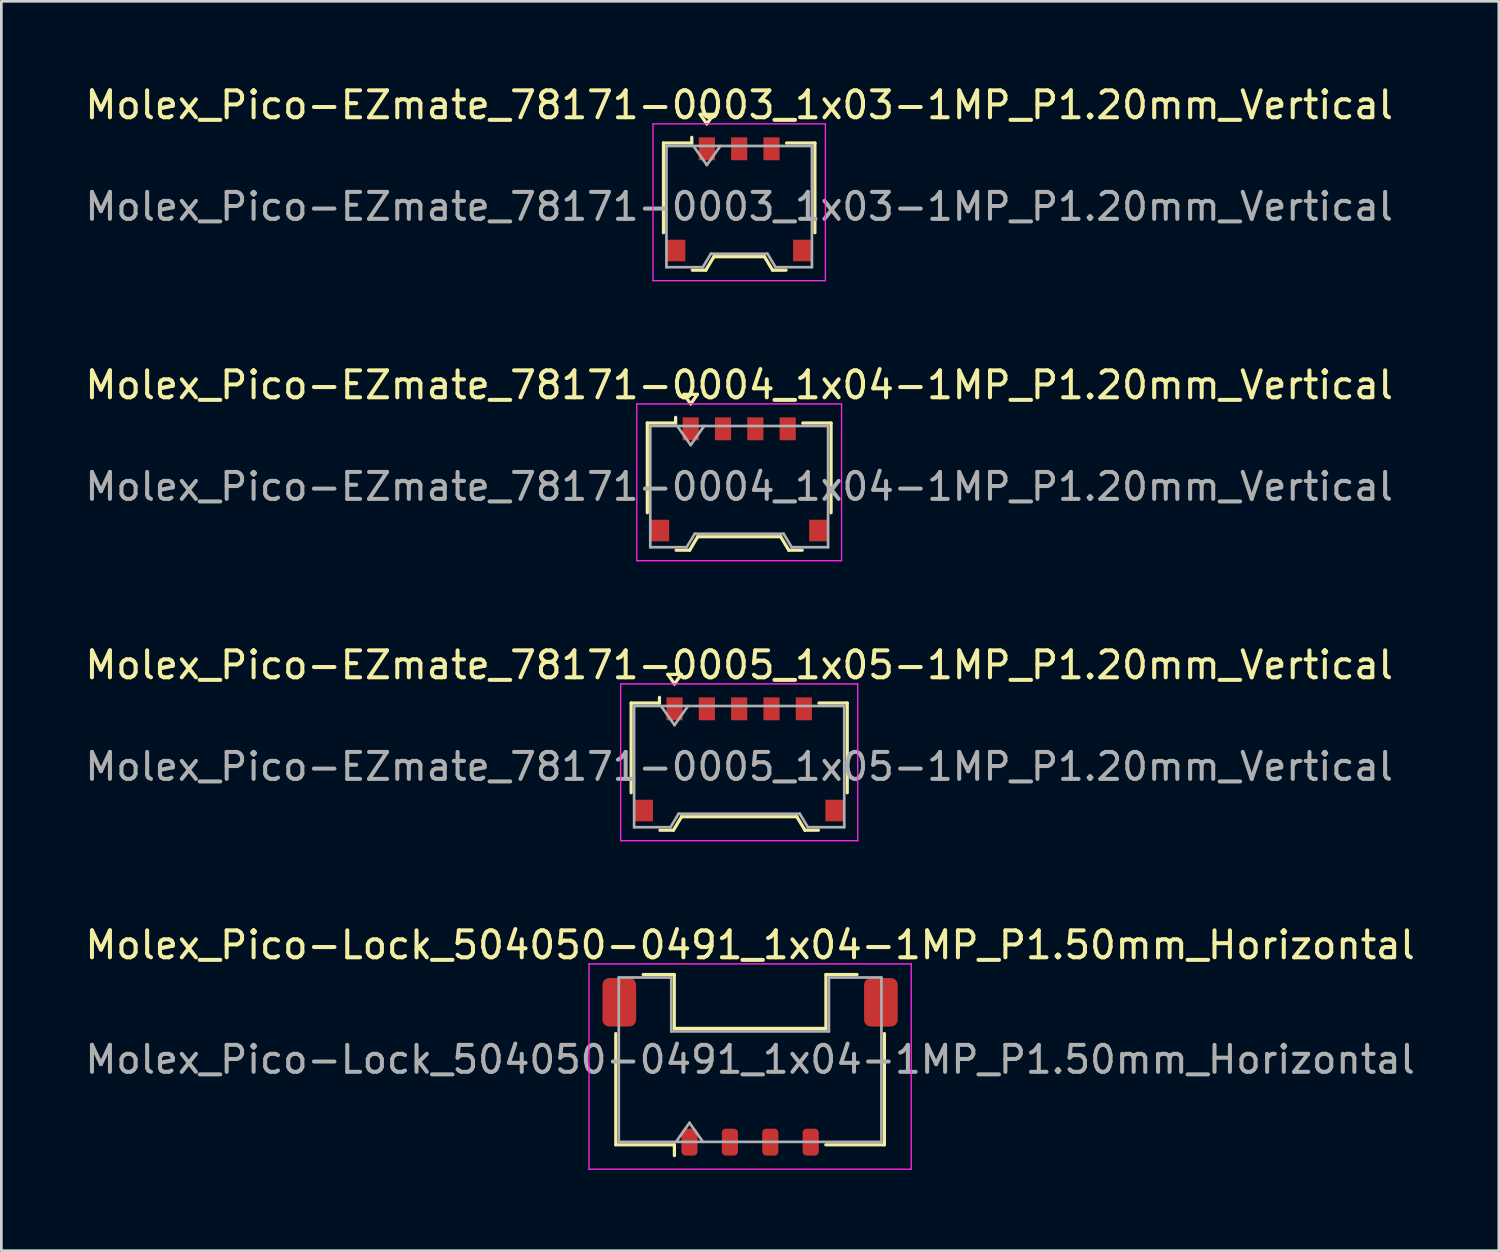
<source format=kicad_pcb>
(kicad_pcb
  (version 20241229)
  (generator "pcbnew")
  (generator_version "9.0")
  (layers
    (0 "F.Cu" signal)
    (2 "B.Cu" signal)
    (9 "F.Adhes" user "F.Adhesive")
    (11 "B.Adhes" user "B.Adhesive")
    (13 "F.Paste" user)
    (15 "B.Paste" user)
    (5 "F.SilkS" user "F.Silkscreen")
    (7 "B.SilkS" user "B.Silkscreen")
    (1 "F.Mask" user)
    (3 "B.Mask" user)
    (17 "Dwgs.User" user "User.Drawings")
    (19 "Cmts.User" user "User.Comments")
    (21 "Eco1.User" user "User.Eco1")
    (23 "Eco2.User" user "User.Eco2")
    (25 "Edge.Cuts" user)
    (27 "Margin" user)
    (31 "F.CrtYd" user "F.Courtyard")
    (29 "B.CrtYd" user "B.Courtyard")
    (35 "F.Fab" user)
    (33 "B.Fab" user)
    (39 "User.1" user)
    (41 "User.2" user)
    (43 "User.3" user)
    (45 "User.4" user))
  (footprint "Molex_Pico-Lock_504050-0491_1x04-1MP_P1.50mm_Horizontal"
    (layer "F.Cu")
    (at 24.792 36.548)
    (property "Reference" "Molex_Pico-Lock_504050-0491_1x04-1MP_P1.50mm_Horizontal" (at 0 -4.52 0) (layer "F.SilkS") (effects (font (size 1 1) (thickness 0.15))))
    (attr smd)
    (fp_line (start -4.985 -1.235) (end -4.985 2.895) (stroke (width 0.12) (type solid)) (layer "F.SilkS"))
    (fp_line (start -4.985 2.895) (end -2.81 2.895) (stroke (width 0.12) (type solid)) (layer "F.SilkS"))
    (fp_line (start -3.97 -3.425) (end -2.815 -3.425) (stroke (width 0.12) (type solid)) (layer "F.SilkS"))
    (fp_line (start -2.815 -3.425) (end -2.815 -1.425) (stroke (width 0.12) (type solid)) (layer "F.SilkS"))
    (fp_line (start -2.815 -1.425) (end 2.815 -1.425) (stroke (width 0.12) (type solid)) (layer "F.SilkS"))
    (fp_line (start -2.81 2.895) (end -2.81 3.295) (stroke (width 0.12) (type solid)) (layer "F.SilkS"))
    (fp_line (start 2.815 -3.425) (end 3.97 -3.425) (stroke (width 0.12) (type solid)) (layer "F.SilkS"))
    (fp_line (start 2.815 -1.425) (end 2.815 -3.425) (stroke (width 0.12) (type solid)) (layer "F.SilkS"))
    (fp_line (start 4.985 -1.235) (end 4.985 2.895) (stroke (width 0.12) (type solid)) (layer "F.SilkS"))
    (fp_line (start 4.985 2.895) (end 2.81 2.895) (stroke (width 0.12) (type solid)) (layer "F.SilkS"))
    (fp_line (start -5.98 -3.82) (end -5.98 3.8) (stroke (width 0.05) (type solid)) (layer "F.CrtYd"))
    (fp_line (start -5.98 3.8) (end 5.98 3.8) (stroke (width 0.05) (type solid)) (layer "F.CrtYd"))
    (fp_line (start 5.98 -3.82) (end -5.98 -3.82) (stroke (width 0.05) (type solid)) (layer "F.CrtYd"))
    (fp_line (start 5.98 3.8) (end 5.98 -3.82) (stroke (width 0.05) (type solid)) (layer "F.CrtYd"))
    (fp_line (start -4.875 -3.315) (end -2.925 -3.315) (stroke (width 0.1) (type solid)) (layer "F.Fab"))
    (fp_line (start -4.875 2.785) (end -4.875 -3.315) (stroke (width 0.1) (type solid)) (layer "F.Fab"))
    (fp_line (start -4.875 2.785) (end 4.875 2.785) (stroke (width 0.1) (type solid)) (layer "F.Fab"))
    (fp_line (start -2.925 -3.315) (end -2.925 -1.315) (stroke (width 0.1) (type solid)) (layer "F.Fab"))
    (fp_line (start -2.925 -1.315) (end 2.925 -1.315) (stroke (width 0.1) (type solid)) (layer "F.Fab"))
    (fp_line (start -2.75 2.785) (end -2.25 2.078) (stroke (width 0.1) (type solid)) (layer "F.Fab"))
    (fp_line (start -2.25 2.078) (end -1.75 2.785) (stroke (width 0.1) (type solid)) (layer "F.Fab"))
    (fp_line (start 2.925 -3.315) (end 4.875 -3.315) (stroke (width 0.1) (type solid)) (layer "F.Fab"))
    (fp_line (start 2.925 -1.315) (end 2.925 -3.315) (stroke (width 0.1) (type solid)) (layer "F.Fab"))
    (fp_line (start 4.875 2.785) (end 4.875 -3.315) (stroke (width 0.1) (type solid)) (layer "F.Fab"))
    (fp_text user "${REFERENCE}" (at 0 -0.27 0) (layer "F.Fab") (effects (font (size 1 1) (thickness 0.15))))
    (pad "1" smd roundrect (at -2.25 2.795) (size 0.6 1) (layers "F.Cu" "F.Mask" "F.Paste") (roundrect_rratio 0.25))
    (pad "2" smd roundrect (at -0.75 2.795) (size 0.6 1) (layers "F.Cu" "F.Mask" "F.Paste") (roundrect_rratio 0.25))
    (pad "3" smd roundrect (at 0.75 2.795) (size 0.6 1) (layers "F.Cu" "F.Mask" "F.Paste") (roundrect_rratio 0.25))
    (pad "4" smd roundrect (at 2.25 2.795) (size 0.6 1) (layers "F.Cu" "F.Mask" "F.Paste") (roundrect_rratio 0.25))
    (pad "MP" smd roundrect (at -4.855 -2.395) (size 1.25 1.8) (layers "F.Cu" "F.Mask" "F.Paste") (roundrect_rratio 0.2))
    (pad "MP" smd roundrect (at 4.855 -2.395) (size 1.25 1.8) (layers "F.Cu" "F.Mask" "F.Paste") (roundrect_rratio 0.2)))
  (footprint "Molex_Pico-EZmate_78171-0004_1x04-1MP_P1.20mm_Vertical"
    (layer "F.Cu")
    (at 24.387 14.742)
    (property "Reference" "Molex_Pico-EZmate_78171-0004_1x04-1MP_P1.20mm_Vertical" (at 0 -3.5 0) (layer "F.SilkS") (effects (font (size 1 1) (thickness 0.15))))
    (attr smd)
    (fp_line (start -3.41 -2.09) (end -2.36 -2.09) (stroke (width 0.12) (type solid)) (layer "F.SilkS"))
    (fp_line (start -3.41 1.24) (end -3.41 -2.09) (stroke (width 0.12) (type solid)) (layer "F.SilkS"))
    (fp_line (start -2.36 -2.09) (end -2.36 -2.3) (stroke (width 0.12) (type solid)) (layer "F.SilkS"))
    (fp_line (start -2.34 2.63) (end -1.84 2.63) (stroke (width 0.12) (type solid)) (layer "F.SilkS"))
    (fp_line (start -2.05 -3.154) (end -1.8 -2.8) (stroke (width 0.12) (type solid)) (layer "F.SilkS"))
    (fp_line (start -1.84 2.63) (end -1.54 2.13) (stroke (width 0.12) (type solid)) (layer "F.SilkS"))
    (fp_line (start -1.8 -2.8) (end -1.55 -3.154) (stroke (width 0.12) (type solid)) (layer "F.SilkS"))
    (fp_line (start -1.55 -3.154) (end -2.05 -3.154) (stroke (width 0.12) (type solid)) (layer "F.SilkS"))
    (fp_line (start -1.54 2.13) (end 1.54 2.13) (stroke (width 0.12) (type solid)) (layer "F.SilkS"))
    (fp_line (start 1.54 2.13) (end 1.84 2.63) (stroke (width 0.12) (type solid)) (layer "F.SilkS"))
    (fp_line (start 1.84 2.63) (end 2.34 2.63) (stroke (width 0.12) (type solid)) (layer "F.SilkS"))
    (fp_line (start 3.41 -2.09) (end 2.36 -2.09) (stroke (width 0.12) (type solid)) (layer "F.SilkS"))
    (fp_line (start 3.41 1.24) (end 3.41 -2.09) (stroke (width 0.12) (type solid)) (layer "F.SilkS"))
    (fp_line (start -3.8 -2.8) (end -3.8 3.02) (stroke (width 0.05) (type solid)) (layer "F.CrtYd"))
    (fp_line (start -3.8 3.02) (end 3.8 3.02) (stroke (width 0.05) (type solid)) (layer "F.CrtYd"))
    (fp_line (start 3.8 -2.8) (end -3.8 -2.8) (stroke (width 0.05) (type solid)) (layer "F.CrtYd"))
    (fp_line (start 3.8 3.02) (end 3.8 -2.8) (stroke (width 0.05) (type solid)) (layer "F.CrtYd"))
    (fp_line (start -3.3 -1.98) (end -3.3 2.52) (stroke (width 0.1) (type solid)) (layer "F.Fab"))
    (fp_line (start -3.3 -1.98) (end 3.3 -1.98) (stroke (width 0.1) (type solid)) (layer "F.Fab"))
    (fp_line (start -3.3 2.52) (end -1.95 2.52) (stroke (width 0.1) (type solid)) (layer "F.Fab"))
    (fp_line (start -2.3 -1.98) (end -1.8 -1.273) (stroke (width 0.1) (type solid)) (layer "F.Fab"))
    (fp_line (start -1.95 2.52) (end -1.65 2.02) (stroke (width 0.1) (type solid)) (layer "F.Fab"))
    (fp_line (start -1.8 -1.273) (end -1.3 -1.98) (stroke (width 0.1) (type solid)) (layer "F.Fab"))
    (fp_line (start -1.65 2.02) (end 1.65 2.02) (stroke (width 0.1) (type solid)) (layer "F.Fab"))
    (fp_line (start 1.65 2.02) (end 1.95 2.52) (stroke (width 0.1) (type solid)) (layer "F.Fab"))
    (fp_line (start 1.95 2.52) (end 3.3 2.52) (stroke (width 0.1) (type solid)) (layer "F.Fab"))
    (fp_line (start 3.3 -1.98) (end 3.3 2.52) (stroke (width 0.1) (type solid)) (layer "F.Fab"))
    (fp_text user "${REFERENCE}" (at 0 0.27 0) (layer "F.Fab") (effects (font (size 1 1) (thickness 0.15))))
    (pad "1" smd rect (at -1.8 -1.875) (size 0.6 0.85) (layers "F.Cu" "F.Mask" "F.Paste"))
    (pad "2" smd rect (at -0.6 -1.875) (size 0.6 0.85) (layers "F.Cu" "F.Mask" "F.Paste"))
    (pad "3" smd rect (at 0.6 -1.875) (size 0.6 0.85) (layers "F.Cu" "F.Mask" "F.Paste"))
    (pad "4" smd rect (at 1.8 -1.875) (size 0.6 0.85) (layers "F.Cu" "F.Mask" "F.Paste"))
    (pad "MP" smd rect (at -2.95 1.9) (size 0.7 0.8) (layers "F.Cu" "F.Mask" "F.Paste"))
    (pad "MP" smd rect (at 2.95 1.9) (size 0.7 0.8) (layers "F.Cu" "F.Mask" "F.Paste")))
  (footprint "Molex_Pico-EZmate_78171-0003_1x03-1MP_P1.20mm_Vertical"
    (layer "F.Cu")
    (at 24.387 4.348)
    (property "Reference" "Molex_Pico-EZmate_78171-0003_1x03-1MP_P1.20mm_Vertical" (at 0 -3.5 0) (layer "F.SilkS") (effects (font (size 1 1) (thickness 0.15))))
    (attr smd)
    (fp_line (start -2.81 -2.09) (end -1.76 -2.09) (stroke (width 0.12) (type solid)) (layer "F.SilkS"))
    (fp_line (start -2.81 1.24) (end -2.81 -2.09) (stroke (width 0.12) (type solid)) (layer "F.SilkS"))
    (fp_line (start -1.76 -2.09) (end -1.76 -2.3) (stroke (width 0.12) (type solid)) (layer "F.SilkS"))
    (fp_line (start -1.74 2.63) (end -1.24 2.63) (stroke (width 0.12) (type solid)) (layer "F.SilkS"))
    (fp_line (start -1.45 -3.154) (end -1.2 -2.8) (stroke (width 0.12) (type solid)) (layer "F.SilkS"))
    (fp_line (start -1.24 2.63) (end -0.94 2.13) (stroke (width 0.12) (type solid)) (layer "F.SilkS"))
    (fp_line (start -1.2 -2.8) (end -0.95 -3.154) (stroke (width 0.12) (type solid)) (layer "F.SilkS"))
    (fp_line (start -0.95 -3.154) (end -1.45 -3.154) (stroke (width 0.12) (type solid)) (layer "F.SilkS"))
    (fp_line (start -0.94 2.13) (end 0.94 2.13) (stroke (width 0.12) (type solid)) (layer "F.SilkS"))
    (fp_line (start 0.94 2.13) (end 1.24 2.63) (stroke (width 0.12) (type solid)) (layer "F.SilkS"))
    (fp_line (start 1.24 2.63) (end 1.74 2.63) (stroke (width 0.12) (type solid)) (layer "F.SilkS"))
    (fp_line (start 2.81 -2.09) (end 1.76 -2.09) (stroke (width 0.12) (type solid)) (layer "F.SilkS"))
    (fp_line (start 2.81 1.24) (end 2.81 -2.09) (stroke (width 0.12) (type solid)) (layer "F.SilkS"))
    (fp_line (start -3.2 -2.8) (end -3.2 3.02) (stroke (width 0.05) (type solid)) (layer "F.CrtYd"))
    (fp_line (start -3.2 3.02) (end 3.2 3.02) (stroke (width 0.05) (type solid)) (layer "F.CrtYd"))
    (fp_line (start 3.2 -2.8) (end -3.2 -2.8) (stroke (width 0.05) (type solid)) (layer "F.CrtYd"))
    (fp_line (start 3.2 3.02) (end 3.2 -2.8) (stroke (width 0.05) (type solid)) (layer "F.CrtYd"))
    (fp_line (start -2.7 -1.98) (end -2.7 2.52) (stroke (width 0.1) (type solid)) (layer "F.Fab"))
    (fp_line (start -2.7 -1.98) (end 2.7 -1.98) (stroke (width 0.1) (type solid)) (layer "F.Fab"))
    (fp_line (start -2.7 2.52) (end -1.35 2.52) (stroke (width 0.1) (type solid)) (layer "F.Fab"))
    (fp_line (start -1.7 -1.98) (end -1.2 -1.273) (stroke (width 0.1) (type solid)) (layer "F.Fab"))
    (fp_line (start -1.35 2.52) (end -1.05 2.02) (stroke (width 0.1) (type solid)) (layer "F.Fab"))
    (fp_line (start -1.2 -1.273) (end -0.7 -1.98) (stroke (width 0.1) (type solid)) (layer "F.Fab"))
    (fp_line (start -1.05 2.02) (end 1.05 2.02) (stroke (width 0.1) (type solid)) (layer "F.Fab"))
    (fp_line (start 1.05 2.02) (end 1.35 2.52) (stroke (width 0.1) (type solid)) (layer "F.Fab"))
    (fp_line (start 1.35 2.52) (end 2.7 2.52) (stroke (width 0.1) (type solid)) (layer "F.Fab"))
    (fp_line (start 2.7 -1.98) (end 2.7 2.52) (stroke (width 0.1) (type solid)) (layer "F.Fab"))
    (fp_text user "${REFERENCE}" (at 0 0.27 0) (layer "F.Fab") (effects (font (size 1 1) (thickness 0.15))))
    (pad "1" smd rect (at -1.2 -1.875) (size 0.6 0.85) (layers "F.Cu" "F.Mask" "F.Paste"))
    (pad "2" smd rect (at 0 -1.875) (size 0.6 0.85) (layers "F.Cu" "F.Mask" "F.Paste"))
    (pad "3" smd rect (at 1.2 -1.875) (size 0.6 0.85) (layers "F.Cu" "F.Mask" "F.Paste"))
    (pad "MP" smd rect (at -2.35 1.9) (size 0.7 0.8) (layers "F.Cu" "F.Mask" "F.Paste"))
    (pad "MP" smd rect (at 2.35 1.9) (size 0.7 0.8) (layers "F.Cu" "F.Mask" "F.Paste")))
  (footprint "Molex_Pico-EZmate_78171-0005_1x05-1MP_P1.20mm_Vertical"
    (layer "F.Cu")
    (at 24.387 25.135)
    (property "Reference" "Molex_Pico-EZmate_78171-0005_1x05-1MP_P1.20mm_Vertical" (at 0 -3.5 0) (layer "F.SilkS") (effects (font (size 1 1) (thickness 0.15))))
    (attr smd)
    (fp_line (start -4.01 -2.09) (end -2.96 -2.09) (stroke (width 0.12) (type solid)) (layer "F.SilkS"))
    (fp_line (start -4.01 1.24) (end -4.01 -2.09) (stroke (width 0.12) (type solid)) (layer "F.SilkS"))
    (fp_line (start -2.96 -2.09) (end -2.96 -2.3) (stroke (width 0.12) (type solid)) (layer "F.SilkS"))
    (fp_line (start -2.94 2.63) (end -2.44 2.63) (stroke (width 0.12) (type solid)) (layer "F.SilkS"))
    (fp_line (start -2.65 -3.154) (end -2.4 -2.8) (stroke (width 0.12) (type solid)) (layer "F.SilkS"))
    (fp_line (start -2.44 2.63) (end -2.14 2.13) (stroke (width 0.12) (type solid)) (layer "F.SilkS"))
    (fp_line (start -2.4 -2.8) (end -2.15 -3.154) (stroke (width 0.12) (type solid)) (layer "F.SilkS"))
    (fp_line (start -2.15 -3.154) (end -2.65 -3.154) (stroke (width 0.12) (type solid)) (layer "F.SilkS"))
    (fp_line (start -2.14 2.13) (end 2.14 2.13) (stroke (width 0.12) (type solid)) (layer "F.SilkS"))
    (fp_line (start 2.14 2.13) (end 2.44 2.63) (stroke (width 0.12) (type solid)) (layer "F.SilkS"))
    (fp_line (start 2.44 2.63) (end 2.94 2.63) (stroke (width 0.12) (type solid)) (layer "F.SilkS"))
    (fp_line (start 4.01 -2.09) (end 2.96 -2.09) (stroke (width 0.12) (type solid)) (layer "F.SilkS"))
    (fp_line (start 4.01 1.24) (end 4.01 -2.09) (stroke (width 0.12) (type solid)) (layer "F.SilkS"))
    (fp_line (start -4.4 -2.8) (end -4.4 3.02) (stroke (width 0.05) (type solid)) (layer "F.CrtYd"))
    (fp_line (start -4.4 3.02) (end 4.4 3.02) (stroke (width 0.05) (type solid)) (layer "F.CrtYd"))
    (fp_line (start 4.4 -2.8) (end -4.4 -2.8) (stroke (width 0.05) (type solid)) (layer "F.CrtYd"))
    (fp_line (start 4.4 3.02) (end 4.4 -2.8) (stroke (width 0.05) (type solid)) (layer "F.CrtYd"))
    (fp_line (start -3.9 -1.98) (end -3.9 2.52) (stroke (width 0.1) (type solid)) (layer "F.Fab"))
    (fp_line (start -3.9 -1.98) (end 3.9 -1.98) (stroke (width 0.1) (type solid)) (layer "F.Fab"))
    (fp_line (start -3.9 2.52) (end -2.55 2.52) (stroke (width 0.1) (type solid)) (layer "F.Fab"))
    (fp_line (start -2.9 -1.98) (end -2.4 -1.273) (stroke (width 0.1) (type solid)) (layer "F.Fab"))
    (fp_line (start -2.55 2.52) (end -2.25 2.02) (stroke (width 0.1) (type solid)) (layer "F.Fab"))
    (fp_line (start -2.4 -1.273) (end -1.9 -1.98) (stroke (width 0.1) (type solid)) (layer "F.Fab"))
    (fp_line (start -2.25 2.02) (end 2.25 2.02) (stroke (width 0.1) (type solid)) (layer "F.Fab"))
    (fp_line (start 2.25 2.02) (end 2.55 2.52) (stroke (width 0.1) (type solid)) (layer "F.Fab"))
    (fp_line (start 2.55 2.52) (end 3.9 2.52) (stroke (width 0.1) (type solid)) (layer "F.Fab"))
    (fp_line (start 3.9 -1.98) (end 3.9 2.52) (stroke (width 0.1) (type solid)) (layer "F.Fab"))
    (fp_text user "${REFERENCE}" (at 0 0.27 0) (layer "F.Fab") (effects (font (size 1 1) (thickness 0.15))))
    (pad "1" smd rect (at -2.4 -1.875) (size 0.6 0.85) (layers "F.Cu" "F.Mask" "F.Paste"))
    (pad "2" smd rect (at -1.2 -1.875) (size 0.6 0.85) (layers "F.Cu" "F.Mask" "F.Paste"))
    (pad "3" smd rect (at 0 -1.875) (size 0.6 0.85) (layers "F.Cu" "F.Mask" "F.Paste"))
    (pad "4" smd rect (at 1.2 -1.875) (size 0.6 0.85) (layers "F.Cu" "F.Mask" "F.Paste"))
    (pad "5" smd rect (at 2.4 -1.875) (size 0.6 0.85) (layers "F.Cu" "F.Mask" "F.Paste"))
    (pad "MP" smd rect (at -3.55 1.9) (size 0.7 0.8) (layers "F.Cu" "F.Mask" "F.Paste"))
    (pad "MP" smd rect (at 3.55 1.9) (size 0.7 0.8) (layers "F.Cu" "F.Mask" "F.Paste")))
  (gr_rect
    (start -3 -3)
    (end 52.583 43.373)
    (stroke (width 0.1) (type default))
    (fill no)
    (layer "Edge.Cuts")))
</source>
